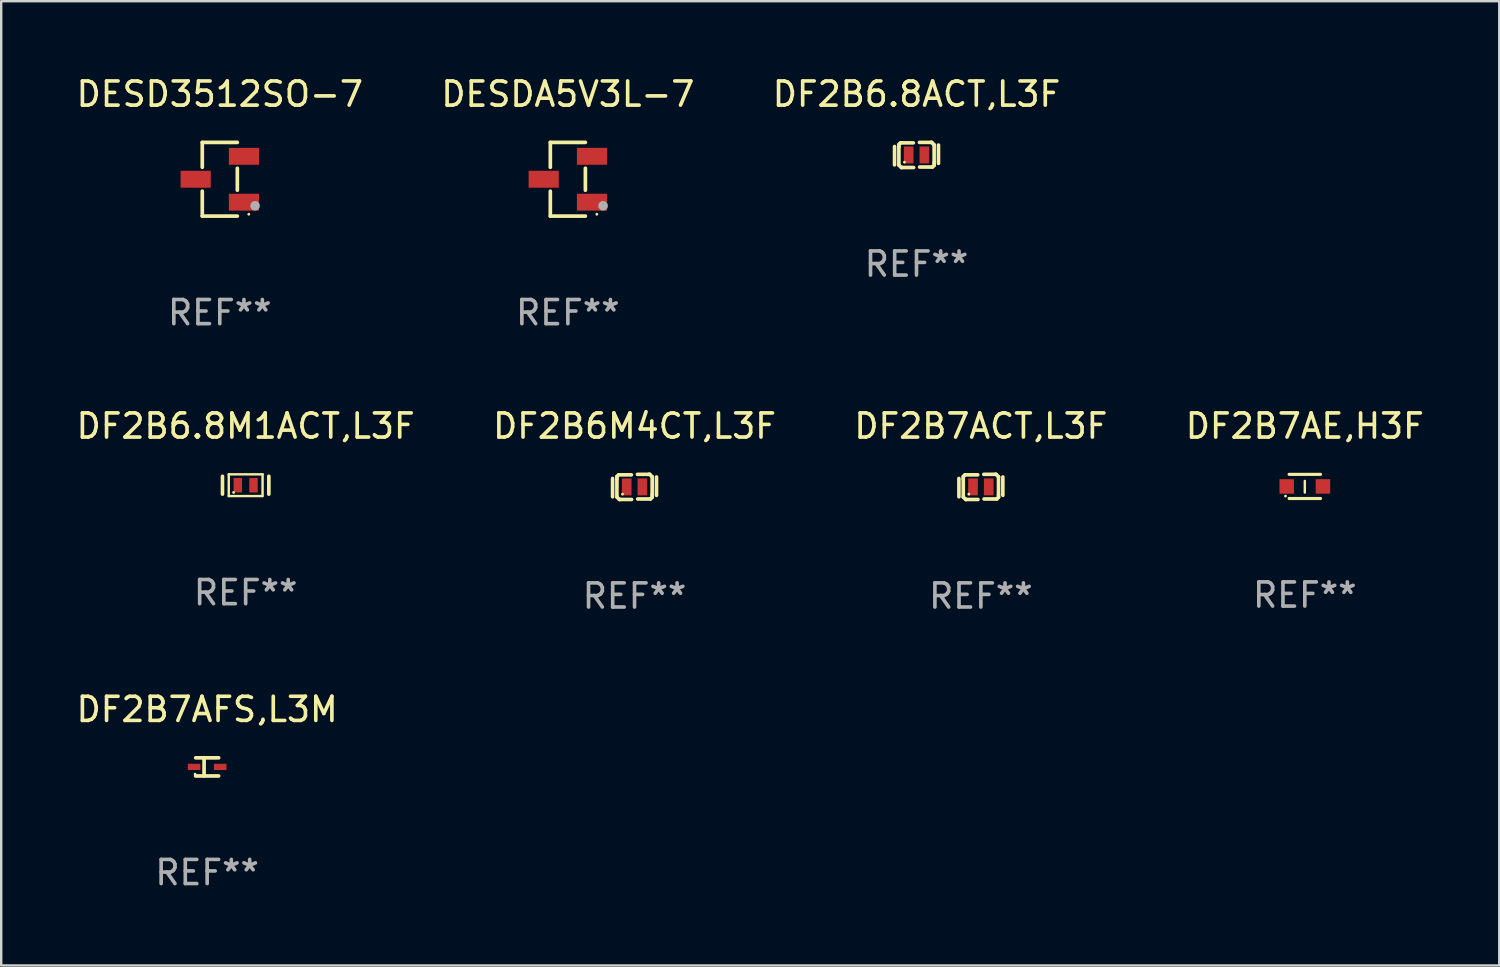
<source format=kicad_pcb>
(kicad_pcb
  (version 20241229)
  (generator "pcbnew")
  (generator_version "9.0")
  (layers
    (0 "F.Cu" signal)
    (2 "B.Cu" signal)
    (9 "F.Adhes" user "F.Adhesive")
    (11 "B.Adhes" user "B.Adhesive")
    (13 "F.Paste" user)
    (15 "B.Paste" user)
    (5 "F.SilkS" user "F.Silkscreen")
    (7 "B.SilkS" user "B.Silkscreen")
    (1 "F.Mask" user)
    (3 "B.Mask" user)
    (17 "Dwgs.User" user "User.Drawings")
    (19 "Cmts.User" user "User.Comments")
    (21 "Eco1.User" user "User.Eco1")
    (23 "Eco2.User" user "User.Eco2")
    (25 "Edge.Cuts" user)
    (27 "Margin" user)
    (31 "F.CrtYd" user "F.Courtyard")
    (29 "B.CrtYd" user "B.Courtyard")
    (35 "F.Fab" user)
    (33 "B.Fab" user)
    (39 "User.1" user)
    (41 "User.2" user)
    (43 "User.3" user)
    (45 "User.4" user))
  (footprint "DF2B7AFS,L3M"
    (layer "F.Cu")
    (at 5.53 28.712)
    (property "Reference" "DF2B7AFS,L3M" (at 0 -2.379 0) (layer "F.SilkS") (effects (font (size 1 1) (thickness 0.15))))
    (attr through_hole)
    (fp_line (start -0.476 -0.374) (end 0.476 -0.374) (stroke (width 0.152) (type solid)) (layer "F.SilkS"))
    (fp_line (start -0.476 0.379) (end 0.476 0.379) (stroke (width 0.152) (type solid)) (layer "F.SilkS"))
    (fp_line (start -0.127 -0.379) (end -0.127 0.374) (stroke (width 0.152) (type solid)) (layer "F.SilkS"))
    (fp_circle (center -0.5 0.302) (end -0.47 0.302) (stroke (width 0.06) (type solid)) (fill no) (layer "F.SilkS"))
    (fp_text user "REF**" (at 0 4.379 0) (layer "F.Fab") (effects (font (size 1 1) (thickness 0.15))))
    (pad "1" smd rect (at -0.54 0.002 180) (size 0.52 0.26) (layers "F.Cu" "F.Mask" "F.Paste"))
    (pad "2" smd rect (at 0.54 0.002 180) (size 0.52 0.26) (layers "F.Cu" "F.Mask" "F.Paste")))
  (footprint "DF2B7AE,H3F"
    (layer "F.Cu")
    (at 50.994 17.097)
    (property "Reference" "DF2B7AE,H3F" (at 0 -2.5 0) (layer "F.SilkS") (effects (font (size 1 1) (thickness 0.15))))
    (attr through_hole)
    (fp_line (start -0.65 -0.5) (end 0.65 -0.5) (stroke (width 0.13) (type solid)) (layer "F.SilkS"))
    (fp_line (start -0.65 0.5) (end 0.65 0.5) (stroke (width 0.13) (type solid)) (layer "F.SilkS"))
    (fp_line (start 0 -0.229) (end 0 0.254) (stroke (width 0.1) (type solid)) (layer "F.SilkS"))
    (fp_circle (center -0.8 0.4) (end -0.77 0.4) (stroke (width 0.06) (type solid)) (fill no) (layer "F.SilkS"))
    (fp_text user "REF**" (at 0 4.5 0) (layer "F.Fab") (effects (font (size 1 1) (thickness 0.15))))
    (pad "1" smd rect (at -0.75 0) (size 0.6 0.6) (layers "F.Cu" "F.Mask" "F.Paste"))
    (pad "2" smd rect (at 0.75 0 180) (size 0.6 0.6) (layers "F.Cu" "F.Mask" "F.Paste")))
  (footprint "DESD3512SO-7"
    (layer "F.Cu")
    (at 6.054 4.374)
    (property "Reference" "DESD3512SO-7" (at 0 -3.526 0) (layer "F.SilkS") (effects (font (size 1 1) (thickness 0.15))))
    (attr through_hole)
    (fp_line (start -0.726 -1.526) (end -0.726 -0.495) (stroke (width 0.152) (type solid)) (layer "F.SilkS"))
    (fp_line (start -0.726 1.526) (end -0.726 0.495) (stroke (width 0.152) (type solid)) (layer "F.SilkS"))
    (fp_line (start 0.726 -1.526) (end -0.726 -1.526) (stroke (width 0.152) (type solid)) (layer "F.SilkS"))
    (fp_line (start 0.726 -0.455) (end 0.726 0.455) (stroke (width 0.152) (type solid)) (layer "F.SilkS"))
    (fp_line (start 0.726 1.526) (end -0.726 1.526) (stroke (width 0.152) (type solid)) (layer "F.SilkS"))
    (fp_circle (center 1.2 1.45) (end 1.23 1.45) (stroke (width 0.06) (type solid)) (fill no) (layer "F.SilkS"))
    (fp_circle (center 1.46 1.1) (end 1.56 1.1) (stroke (width 0.2) (type solid)) (fill no) (layer "F.Fab"))
    (fp_text user "REF**" (at 0 5.526 0) (layer "F.Fab") (effects (font (size 1 1) (thickness 0.15))))
    (pad "1" smd rect (at 1 0.95) (size 1.25 0.7) (layers "F.Cu" "F.Mask" "F.Paste"))
    (pad "2" smd rect (at 1 -0.95) (size 1.25 0.7) (layers "F.Cu" "F.Mask" "F.Paste"))
    (pad "3" smd rect (at -1 0) (size 1.25 0.7) (layers "F.Cu" "F.Mask" "F.Paste")))
  (footprint "DF2B7ACT,L3F"
    (layer "F.Cu")
    (at 37.577 17.117)
    (property "Reference" "DF2B7ACT,L3F" (at 0 -2.52 0) (layer "F.SilkS") (effects (font (size 1 1) (thickness 0.15))))
    (attr through_hole)
    (fp_line (start -0.91 0.41) (end -0.91 -0.35) (stroke (width 0.15) (type solid)) (layer "F.SilkS"))
    (fp_line (start -0.73 -0.43) (end -0.66 -0.5) (stroke (width 0.15) (type solid)) (layer "F.SilkS"))
    (fp_line (start -0.73 -0.32) (end -0.73 -0.43) (stroke (width 0.15) (type solid)) (layer "F.SilkS"))
    (fp_line (start -0.73 0.42) (end -0.73 -0.32) (stroke (width 0.15) (type solid)) (layer "F.SilkS"))
    (fp_line (start -0.66 -0.5) (end -0.13 -0.5) (stroke (width 0.15) (type solid)) (layer "F.SilkS"))
    (fp_line (start -0.63 0.52) (end -0.73 0.42) (stroke (width 0.15) (type solid)) (layer "F.SilkS"))
    (fp_line (start -0.6 0.52) (end -0.63 0.52) (stroke (width 0.15) (type solid)) (layer "F.SilkS"))
    (fp_line (start -0.12 0.52) (end -0.6 0.52) (stroke (width 0.15) (type solid)) (layer "F.SilkS"))
    (fp_line (start 0.12 -0.52) (end 0.6 -0.52) (stroke (width 0.15) (type solid)) (layer "F.SilkS"))
    (fp_line (start 0.6 -0.52) (end 0.63 -0.52) (stroke (width 0.15) (type solid)) (layer "F.SilkS"))
    (fp_line (start 0.63 -0.52) (end 0.73 -0.42) (stroke (width 0.15) (type solid)) (layer "F.SilkS"))
    (fp_line (start 0.66 0.5) (end 0.13 0.5) (stroke (width 0.15) (type solid)) (layer "F.SilkS"))
    (fp_line (start 0.73 -0.42) (end 0.73 0.32) (stroke (width 0.15) (type solid)) (layer "F.SilkS"))
    (fp_line (start 0.73 0.32) (end 0.73 0.43) (stroke (width 0.15) (type solid)) (layer "F.SilkS"))
    (fp_line (start 0.73 0.43) (end 0.66 0.5) (stroke (width 0.15) (type solid)) (layer "F.SilkS"))
    (fp_line (start 0.91 -0.41) (end 0.91 0.35) (stroke (width 0.15) (type solid)) (layer "F.SilkS"))
    (fp_circle (center -0.5 0.3) (end -0.47 0.3) (stroke (width 0.06) (type solid)) (fill no) (layer "F.SilkS"))
    (fp_text user "REF**" (at 0 4.52 0) (layer "F.Fab") (effects (font (size 1 1) (thickness 0.15))))
    (pad "1" smd rect (at -0.325 0.000013) (size 0.4 0.7) (layers "F.Cu" "F.Mask" "F.Paste"))
    (pad "2" smd rect (at 0.325 0.000013) (size 0.4 0.7) (layers "F.Cu" "F.Mask" "F.Paste")))
  (footprint "DF2B6.8ACT,L3F"
    (layer "F.Cu")
    (at 34.911 3.368)
    (property "Reference" "DF2B6.8ACT,L3F" (at 0 -2.52 0) (layer "F.SilkS") (effects (font (size 1 1) (thickness 0.15))))
    (attr through_hole)
    (fp_line (start -0.91 0.41) (end -0.91 -0.35) (stroke (width 0.15) (type solid)) (layer "F.SilkS"))
    (fp_line (start -0.73 -0.43) (end -0.66 -0.5) (stroke (width 0.15) (type solid)) (layer "F.SilkS"))
    (fp_line (start -0.73 -0.32) (end -0.73 -0.43) (stroke (width 0.15) (type solid)) (layer "F.SilkS"))
    (fp_line (start -0.73 0.42) (end -0.73 -0.32) (stroke (width 0.15) (type solid)) (layer "F.SilkS"))
    (fp_line (start -0.66 -0.5) (end -0.13 -0.5) (stroke (width 0.15) (type solid)) (layer "F.SilkS"))
    (fp_line (start -0.63 0.52) (end -0.73 0.42) (stroke (width 0.15) (type solid)) (layer "F.SilkS"))
    (fp_line (start -0.6 0.52) (end -0.63 0.52) (stroke (width 0.15) (type solid)) (layer "F.SilkS"))
    (fp_line (start -0.12 0.52) (end -0.6 0.52) (stroke (width 0.15) (type solid)) (layer "F.SilkS"))
    (fp_line (start 0.12 -0.52) (end 0.6 -0.52) (stroke (width 0.15) (type solid)) (layer "F.SilkS"))
    (fp_line (start 0.6 -0.52) (end 0.63 -0.52) (stroke (width 0.15) (type solid)) (layer "F.SilkS"))
    (fp_line (start 0.63 -0.52) (end 0.73 -0.42) (stroke (width 0.15) (type solid)) (layer "F.SilkS"))
    (fp_line (start 0.66 0.5) (end 0.13 0.5) (stroke (width 0.15) (type solid)) (layer "F.SilkS"))
    (fp_line (start 0.73 -0.42) (end 0.73 0.32) (stroke (width 0.15) (type solid)) (layer "F.SilkS"))
    (fp_line (start 0.73 0.32) (end 0.73 0.43) (stroke (width 0.15) (type solid)) (layer "F.SilkS"))
    (fp_line (start 0.73 0.43) (end 0.66 0.5) (stroke (width 0.15) (type solid)) (layer "F.SilkS"))
    (fp_line (start 0.91 -0.41) (end 0.91 0.35) (stroke (width 0.15) (type solid)) (layer "F.SilkS"))
    (fp_circle (center -0.5 0.3) (end -0.47 0.3) (stroke (width 0.06) (type solid)) (fill no) (layer "F.SilkS"))
    (fp_text user "REF**" (at 0 4.52 0) (layer "F.Fab") (effects (font (size 1 1) (thickness 0.15))))
    (pad "1" smd rect (at -0.325 0.000013) (size 0.4 0.7) (layers "F.Cu" "F.Mask" "F.Paste"))
    (pad "2" smd rect (at 0.325 0.000013) (size 0.4 0.7) (layers "F.Cu" "F.Mask" "F.Paste")))
  (footprint "DF2B6.8M1ACT,L3F"
    (layer "F.Cu")
    (at 7.125 17.047)
    (property "Reference" "DF2B6.8M1ACT,L3F" (at 0 -2.45 0) (layer "F.SilkS") (effects (font (size 1 1) (thickness 0.15))))
    (attr through_hole)
    (fp_line (start -0.96 0.37) (end -0.96 -0.37) (stroke (width 0.15) (type solid)) (layer "F.SilkS"))
    (fp_line (start -0.7 -0.45) (end -0.7 0.45) (stroke (width 0.1) (type solid)) (layer "F.SilkS"))
    (fp_line (start -0.7 -0.45) (end 0.7 -0.45) (stroke (width 0.1) (type solid)) (layer "F.SilkS"))
    (fp_line (start -0.7 0.45) (end 0.69 0.45) (stroke (width 0.1) (type solid)) (layer "F.SilkS"))
    (fp_line (start 0.7 -0.45) (end 0.7 0.45) (stroke (width 0.1) (type solid)) (layer "F.SilkS"))
    (fp_line (start 0.96 -0.37) (end 0.96 0.37) (stroke (width 0.15) (type solid)) (layer "F.SilkS"))
    (fp_circle (center -0.5 0.3) (end -0.47 0.3) (stroke (width 0.06) (type solid)) (fill no) (layer "F.SilkS"))
    (fp_text user "REF**" (at 0 4.45 0) (layer "F.Fab") (effects (font (size 1 1) (thickness 0.15))))
    (pad "1" smd rect (at -0.325 -0.000025 90) (size 0.6 0.35) (layers "F.Cu" "F.Mask" "F.Paste"))
    (pad "2" smd rect (at 0.325 -0.000025 90) (size 0.6 0.35) (layers "F.Cu" "F.Mask" "F.Paste")))
  (footprint "DESDA5V3L-7"
    (layer "F.Cu")
    (at 20.47 4.374)
    (property "Reference" "DESDA5V3L-7" (at 0 -3.526 0) (layer "F.SilkS") (effects (font (size 1 1) (thickness 0.15))))
    (attr through_hole)
    (fp_line (start -0.726 -1.526) (end -0.726 -0.495) (stroke (width 0.152) (type solid)) (layer "F.SilkS"))
    (fp_line (start -0.726 1.526) (end -0.726 0.495) (stroke (width 0.152) (type solid)) (layer "F.SilkS"))
    (fp_line (start 0.726 -1.526) (end -0.726 -1.526) (stroke (width 0.152) (type solid)) (layer "F.SilkS"))
    (fp_line (start 0.726 -0.455) (end 0.726 0.455) (stroke (width 0.152) (type solid)) (layer "F.SilkS"))
    (fp_line (start 0.726 1.526) (end -0.726 1.526) (stroke (width 0.152) (type solid)) (layer "F.SilkS"))
    (fp_circle (center 1.2 1.45) (end 1.23 1.45) (stroke (width 0.06) (type solid)) (fill no) (layer "F.SilkS"))
    (fp_circle (center 1.46 1.1) (end 1.56 1.1) (stroke (width 0.2) (type solid)) (fill no) (layer "F.Fab"))
    (fp_text user "REF**" (at 0 5.526 0) (layer "F.Fab") (effects (font (size 1 1) (thickness 0.15))))
    (pad "1" smd rect (at 1 0.95) (size 1.25 0.7) (layers "F.Cu" "F.Mask" "F.Paste"))
    (pad "2" smd rect (at 1 -0.95) (size 1.25 0.7) (layers "F.Cu" "F.Mask" "F.Paste"))
    (pad "3" smd rect (at -1 0) (size 1.25 0.7) (layers "F.Cu" "F.Mask" "F.Paste")))
  (footprint "DF2B6M4CT,L3F"
    (layer "F.Cu")
    (at 23.232 17.117)
    (property "Reference" "DF2B6M4CT,L3F" (at 0 -2.52 0) (layer "F.SilkS") (effects (font (size 1 1) (thickness 0.15))))
    (attr through_hole)
    (fp_line (start -0.91 0.41) (end -0.91 -0.35) (stroke (width 0.15) (type solid)) (layer "F.SilkS"))
    (fp_line (start -0.73 -0.43) (end -0.66 -0.5) (stroke (width 0.15) (type solid)) (layer "F.SilkS"))
    (fp_line (start -0.73 -0.32) (end -0.73 -0.43) (stroke (width 0.15) (type solid)) (layer "F.SilkS"))
    (fp_line (start -0.73 0.42) (end -0.73 -0.32) (stroke (width 0.15) (type solid)) (layer "F.SilkS"))
    (fp_line (start -0.66 -0.5) (end -0.13 -0.5) (stroke (width 0.15) (type solid)) (layer "F.SilkS"))
    (fp_line (start -0.63 0.52) (end -0.73 0.42) (stroke (width 0.15) (type solid)) (layer "F.SilkS"))
    (fp_line (start -0.6 0.52) (end -0.63 0.52) (stroke (width 0.15) (type solid)) (layer "F.SilkS"))
    (fp_line (start -0.12 0.52) (end -0.6 0.52) (stroke (width 0.15) (type solid)) (layer "F.SilkS"))
    (fp_line (start 0.12 -0.52) (end 0.6 -0.52) (stroke (width 0.15) (type solid)) (layer "F.SilkS"))
    (fp_line (start 0.6 -0.52) (end 0.63 -0.52) (stroke (width 0.15) (type solid)) (layer "F.SilkS"))
    (fp_line (start 0.63 -0.52) (end 0.73 -0.42) (stroke (width 0.15) (type solid)) (layer "F.SilkS"))
    (fp_line (start 0.66 0.5) (end 0.13 0.5) (stroke (width 0.15) (type solid)) (layer "F.SilkS"))
    (fp_line (start 0.73 -0.42) (end 0.73 0.32) (stroke (width 0.15) (type solid)) (layer "F.SilkS"))
    (fp_line (start 0.73 0.32) (end 0.73 0.43) (stroke (width 0.15) (type solid)) (layer "F.SilkS"))
    (fp_line (start 0.73 0.43) (end 0.66 0.5) (stroke (width 0.15) (type solid)) (layer "F.SilkS"))
    (fp_line (start 0.91 -0.41) (end 0.91 0.35) (stroke (width 0.15) (type solid)) (layer "F.SilkS"))
    (fp_circle (center -0.5 0.3) (end -0.47 0.3) (stroke (width 0.06) (type solid)) (fill no) (layer "F.SilkS"))
    (fp_text user "REF**" (at 0 4.52 0) (layer "F.Fab") (effects (font (size 1 1) (thickness 0.15))))
    (pad "1" smd rect (at -0.325 0.000013) (size 0.4 0.7) (layers "F.Cu" "F.Mask" "F.Paste"))
    (pad "2" smd rect (at 0.325 0.000013) (size 0.4 0.7) (layers "F.Cu" "F.Mask" "F.Paste")))
  (gr_rect
    (start -3 -3)
    (end 59.048 36.939)
    (stroke (width 0.1) (type default))
    (fill no)
    (layer "Edge.Cuts")))
</source>
